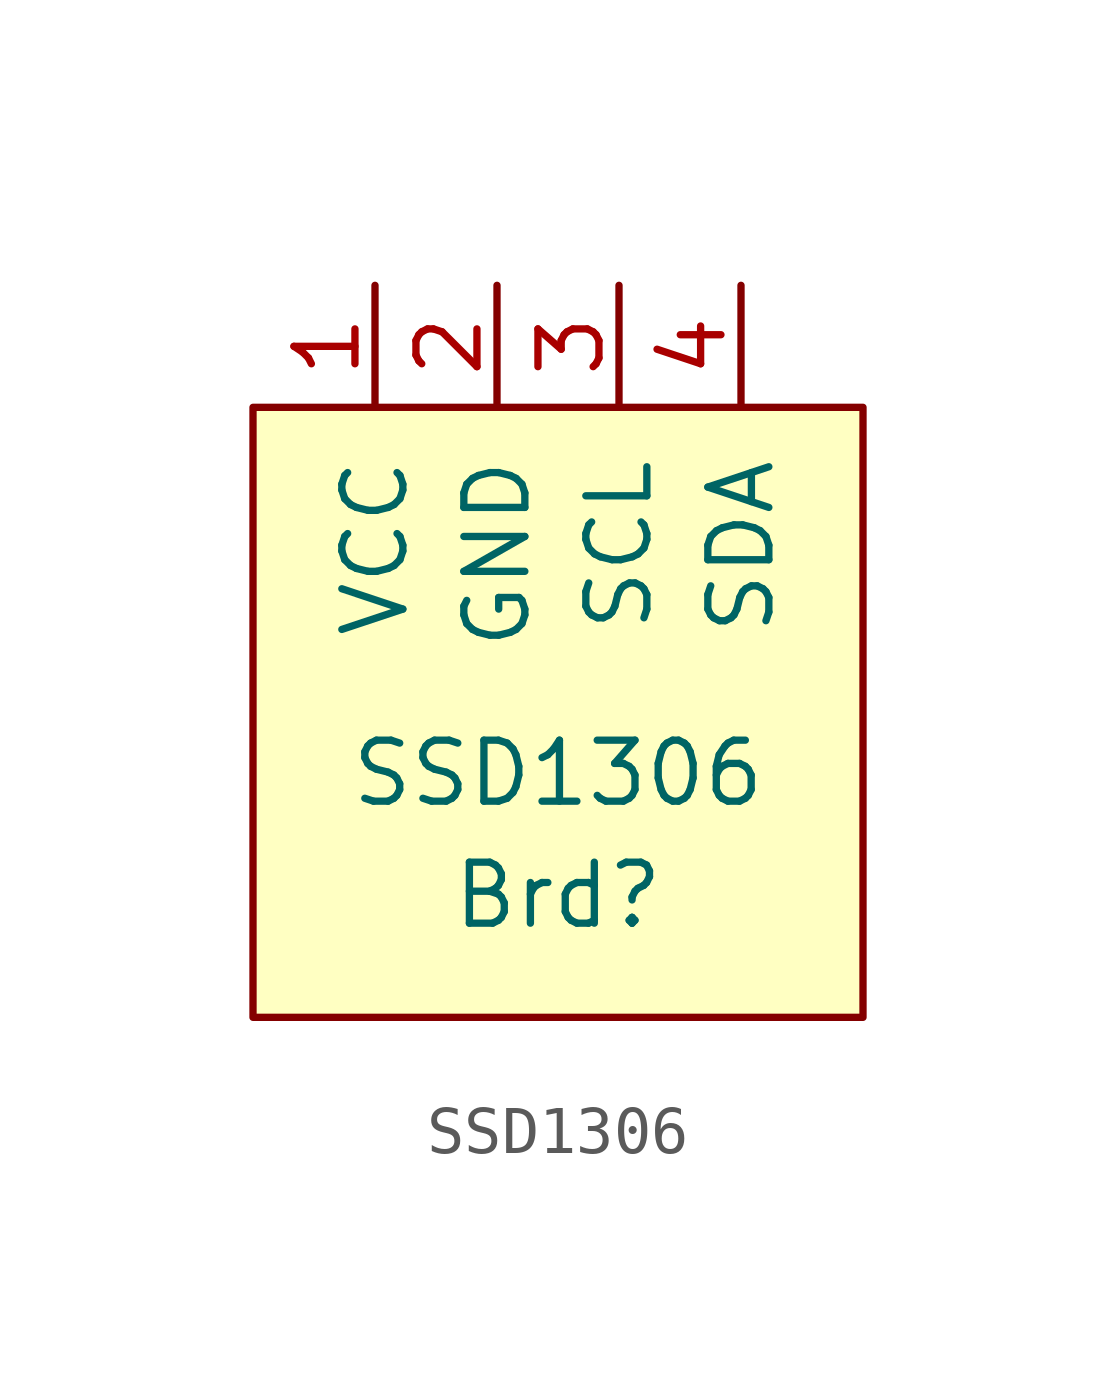
<source format=kicad_sym>
(kicad_symbol_lib
  (version 20211014)
  (generator kicad_symbol_editor)
  (symbol "SSD1306"
    (pin_names
      (offset 1.016))
    (property "Reference" "Brd"
      (at 0 -3.81 0)
      (effects (font (size 1.27 1.27))))
    (property "Value" "SSD1306"
      (at 0 -1.27 0)
      (effects (font (size 1.27 1.27))))
    (symbol "SSD1306_0_1"
      (rectangle (start -6.35 6.35) (end 6.35 -6.35) (stroke (width 0) (type default) (color 0 0 0 0)) (fill (type background))))
    (symbol "SSD1306_1_1"
      (pin input line (at -3.81 8.89 270) (length 2.54) (name "VCC" (effects (font (size 1.27 1.27)))) (number "1" (effects (font (size 1.27 1.27)))))
      (pin input line (at -1.27 8.89 270) (length 2.54) (name "GND" (effects (font (size 1.27 1.27)))) (number "2" (effects (font (size 1.27 1.27)))))
      (pin input line (at 1.27 8.89 270) (length 2.54) (name "SCL" (effects (font (size 1.27 1.27)))) (number "3" (effects (font (size 1.27 1.27)))))
      (pin input line (at 3.81 8.89 270) (length 2.54) (name "SDA" (effects (font (size 1.27 1.27)))) (number "4" (effects (font (size 1.27 1.27))))))))
</source>
